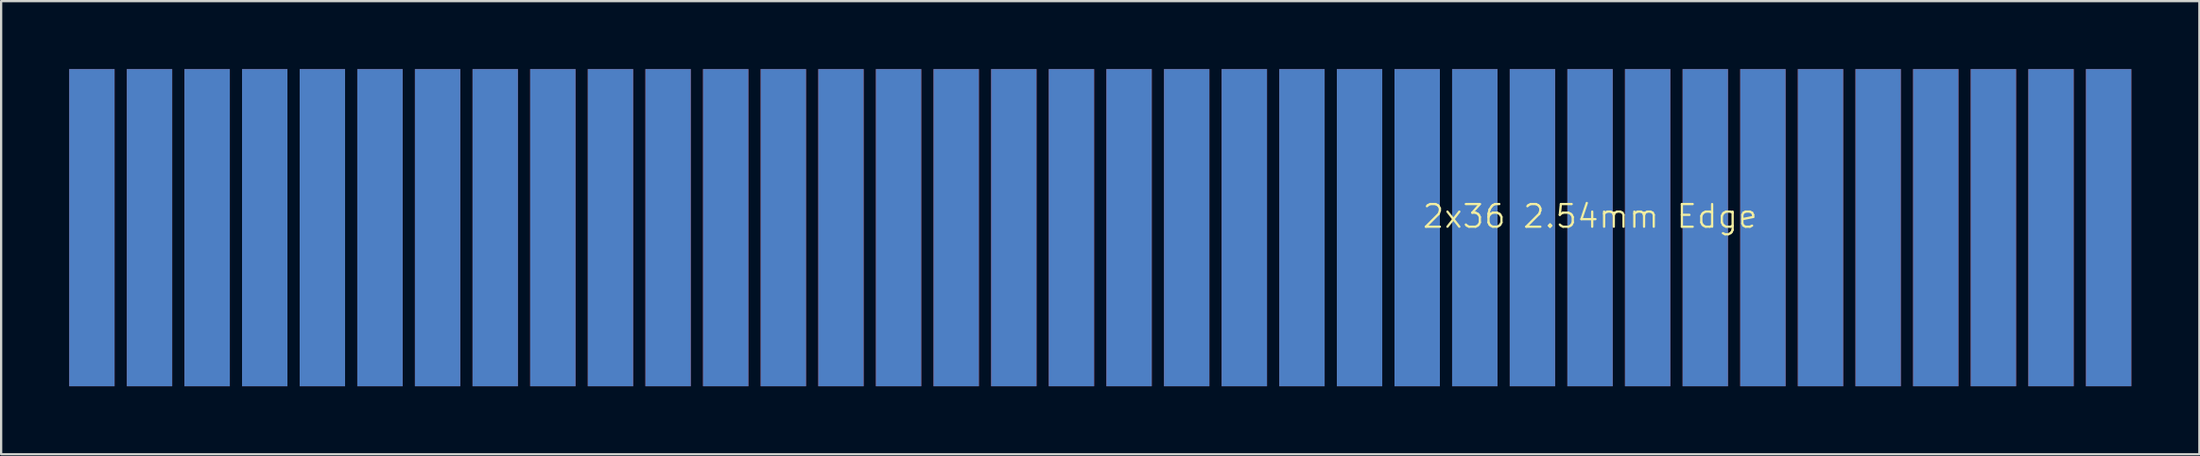
<source format=kicad_pcb>
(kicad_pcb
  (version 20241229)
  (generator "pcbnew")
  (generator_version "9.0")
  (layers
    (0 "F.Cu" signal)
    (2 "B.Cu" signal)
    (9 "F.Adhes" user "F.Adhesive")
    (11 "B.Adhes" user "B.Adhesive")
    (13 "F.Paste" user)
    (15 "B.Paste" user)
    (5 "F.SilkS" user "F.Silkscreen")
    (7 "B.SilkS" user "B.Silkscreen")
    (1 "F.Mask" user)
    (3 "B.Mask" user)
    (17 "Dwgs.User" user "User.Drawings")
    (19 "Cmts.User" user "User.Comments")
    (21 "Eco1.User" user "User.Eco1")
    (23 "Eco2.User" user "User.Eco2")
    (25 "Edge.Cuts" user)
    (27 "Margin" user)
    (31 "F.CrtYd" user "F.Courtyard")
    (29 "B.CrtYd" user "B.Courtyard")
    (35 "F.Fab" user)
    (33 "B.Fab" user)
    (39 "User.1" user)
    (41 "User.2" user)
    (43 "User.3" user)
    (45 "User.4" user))
  (footprint "2x36 2.54mm Edge"
    (layer "F.Cu")
    (at 46.72 7)
    (property "Reference" "2x36 2.54mm Edge" (at 20.32 -0.5 0) (unlocked yes) (layer "F.SilkS") (effects (font (size 1 1) (thickness 0.1))))
    (attr smd)
    (pad "1" connect rect (at 43.18 0) (size 2 14) (layers "F.Cu" "F.Mask"))
    (pad "2" connect rect (at 40.64 0) (size 2 14) (layers "F.Cu" "F.Mask"))
    (pad "3" connect rect (at 38.1 0) (size 2 14) (layers "F.Cu" "F.Mask"))
    (pad "4" connect rect (at 35.56 0) (size 2 14) (layers "F.Cu" "F.Mask"))
    (pad "5" connect rect (at 33.02 0) (size 2 14) (layers "F.Cu" "F.Mask"))
    (pad "6" connect rect (at 30.48 0) (size 2 14) (layers "F.Cu" "F.Mask"))
    (pad "7" connect rect (at 27.94 0) (size 2 14) (layers "F.Cu" "F.Mask"))
    (pad "8" connect rect (at 25.4 0) (size 2 14) (layers "F.Cu" "F.Mask"))
    (pad "9" connect rect (at 22.86 0) (size 2 14) (layers "F.Cu" "F.Mask"))
    (pad "10" connect rect (at 20.32 0) (size 2 14) (layers "F.Cu" "F.Mask"))
    (pad "11" connect rect (at 17.78 0) (size 2 14) (layers "F.Cu" "F.Mask"))
    (pad "12" connect rect (at 15.24 0) (size 2 14) (layers "F.Cu" "F.Mask"))
    (pad "13" connect rect (at 12.7 0) (size 2 14) (layers "F.Cu" "F.Mask"))
    (pad "14" connect rect (at 10.16 0) (size 2 14) (layers "F.Cu" "F.Mask"))
    (pad "15" connect rect (at 7.62 0) (size 2 14) (layers "F.Cu" "F.Mask"))
    (pad "16" connect rect (at 5.08 0) (size 2 14) (layers "F.Cu" "F.Mask"))
    (pad "17" connect rect (at 2.54 0) (size 2 14) (layers "F.Cu" "F.Mask"))
    (pad "18" connect rect (at 0 0) (size 2 14) (layers "F.Cu" "F.Mask"))
    (pad "19" connect rect (at -2.54 0) (size 2 14) (layers "F.Cu" "F.Mask"))
    (pad "20" connect rect (at -5.08 0) (size 2 14) (layers "F.Cu" "F.Mask"))
    (pad "21" connect rect (at -7.62 0) (size 2 14) (layers "F.Cu" "F.Mask"))
    (pad "22" connect rect (at -10.16 0) (size 2 14) (layers "F.Cu" "F.Mask"))
    (pad "23" connect rect (at -12.7 0) (size 2 14) (layers "F.Cu" "F.Mask"))
    (pad "24" connect rect (at -15.24 0) (size 2 14) (layers "F.Cu" "F.Mask"))
    (pad "25" connect rect (at -17.78 0) (size 2 14) (layers "F.Cu" "F.Mask"))
    (pad "26" connect rect (at -20.32 0) (size 2 14) (layers "F.Cu" "F.Mask"))
    (pad "27" connect rect (at -22.86 0) (size 2 14) (layers "F.Cu" "F.Mask"))
    (pad "28" connect rect (at -25.4 0) (size 2 14) (layers "F.Cu" "F.Mask"))
    (pad "29" connect rect (at -27.94 0) (size 2 14) (layers "F.Cu" "F.Mask"))
    (pad "30" connect rect (at -30.48 0) (size 2 14) (layers "F.Cu" "F.Mask"))
    (pad "31" connect rect (at -33.02 0) (size 2 14) (layers "F.Cu" "F.Mask"))
    (pad "32" connect rect (at -35.56 0) (size 2 14) (layers "F.Cu" "F.Mask"))
    (pad "33" connect rect (at -38.1 0) (size 2 14) (layers "F.Cu" "F.Mask"))
    (pad "34" connect rect (at -40.64 0) (size 2 14) (layers "F.Cu" "F.Mask"))
    (pad "35" connect rect (at -43.18 0) (size 2 14) (layers "F.Cu" "F.Mask"))
    (pad "36" connect rect (at -45.72 0) (size 2 14) (layers "F.Cu" "F.Mask"))
    (pad "37" connect rect (at 43.18 0) (size 2 14) (layers "B.Cu" "B.Mask"))
    (pad "38" connect rect (at 40.64 0) (size 2 14) (layers "B.Cu" "B.Mask"))
    (pad "39" connect rect (at 38.1 0) (size 2 14) (layers "B.Cu" "B.Mask"))
    (pad "40" connect rect (at 35.56 0) (size 2 14) (layers "B.Cu" "B.Mask"))
    (pad "41" connect rect (at 33.02 0) (size 2 14) (layers "B.Cu" "B.Mask"))
    (pad "42" connect rect (at 30.48 0) (size 2 14) (layers "B.Cu" "B.Mask"))
    (pad "43" connect rect (at 27.94 0) (size 2 14) (layers "B.Cu" "B.Mask"))
    (pad "44" connect rect (at 25.4 0) (size 2 14) (layers "B.Cu" "B.Mask"))
    (pad "45" connect rect (at 22.86 0) (size 2 14) (layers "B.Cu" "B.Mask"))
    (pad "46" connect rect (at 20.32 0) (size 2 14) (layers "B.Cu" "B.Mask"))
    (pad "47" connect rect (at 17.78 0) (size 2 14) (layers "B.Cu" "B.Mask"))
    (pad "48" connect rect (at 15.24 0) (size 2 14) (layers "B.Cu" "B.Mask"))
    (pad "49" connect rect (at 12.7 0) (size 2 14) (layers "B.Cu" "B.Mask"))
    (pad "50" connect rect (at 10.16 0) (size 2 14) (layers "B.Cu" "B.Mask"))
    (pad "51" connect rect (at 7.62 0) (size 2 14) (layers "B.Cu" "B.Mask"))
    (pad "52" connect rect (at 5.08 0) (size 2 14) (layers "B.Cu" "B.Mask"))
    (pad "53" connect rect (at 2.54 0) (size 2 14) (layers "B.Cu" "B.Mask"))
    (pad "54" connect rect (at 0 0) (size 2 14) (layers "B.Cu" "B.Mask"))
    (pad "55" connect rect (at -2.54 0) (size 2 14) (layers "B.Cu" "B.Mask"))
    (pad "56" connect rect (at -5.08 0) (size 2 14) (layers "B.Cu" "B.Mask"))
    (pad "57" connect rect (at -7.62 0) (size 2 14) (layers "B.Cu" "B.Mask"))
    (pad "58" connect rect (at -10.16 0) (size 2 14) (layers "B.Cu" "B.Mask"))
    (pad "59" connect rect (at -12.7 0) (size 2 14) (layers "B.Cu" "B.Mask"))
    (pad "60" connect rect (at -15.24 0) (size 2 14) (layers "B.Cu" "B.Mask"))
    (pad "61" connect rect (at -17.78 0) (size 2 14) (layers "B.Cu" "B.Mask"))
    (pad "62" connect rect (at -20.32 0) (size 2 14) (layers "B.Cu" "B.Mask"))
    (pad "63" connect rect (at -22.86 0) (size 2 14) (layers "B.Cu" "B.Mask"))
    (pad "64" connect rect (at -25.4 0) (size 2 14) (layers "B.Cu" "B.Mask"))
    (pad "65" connect rect (at -27.94 0) (size 2 14) (layers "B.Cu" "B.Mask"))
    (pad "66" connect rect (at -30.48 0) (size 2 14) (layers "B.Cu" "B.Mask"))
    (pad "67" connect rect (at -33.02 0) (size 2 14) (layers "B.Cu" "B.Mask"))
    (pad "68" connect rect (at -35.56 0) (size 2 14) (layers "B.Cu" "B.Mask"))
    (pad "69" connect rect (at -38.1 0) (size 2 14) (layers "B.Cu" "B.Mask"))
    (pad "70" connect rect (at -40.64 0) (size 2 14) (layers "B.Cu" "B.Mask"))
    (pad "71" connect rect (at -43.18 0) (size 2 14) (layers "B.Cu" "B.Mask"))
    (pad "72" connect rect (at -45.72 0) (size 2 14) (layers "B.Cu" "B.Mask")))
  (gr_rect
    (start -3 -3)
    (end 93.9 17)
    (stroke (width 0.1) (type default))
    (fill no)
    (layer "Edge.Cuts")))
</source>
